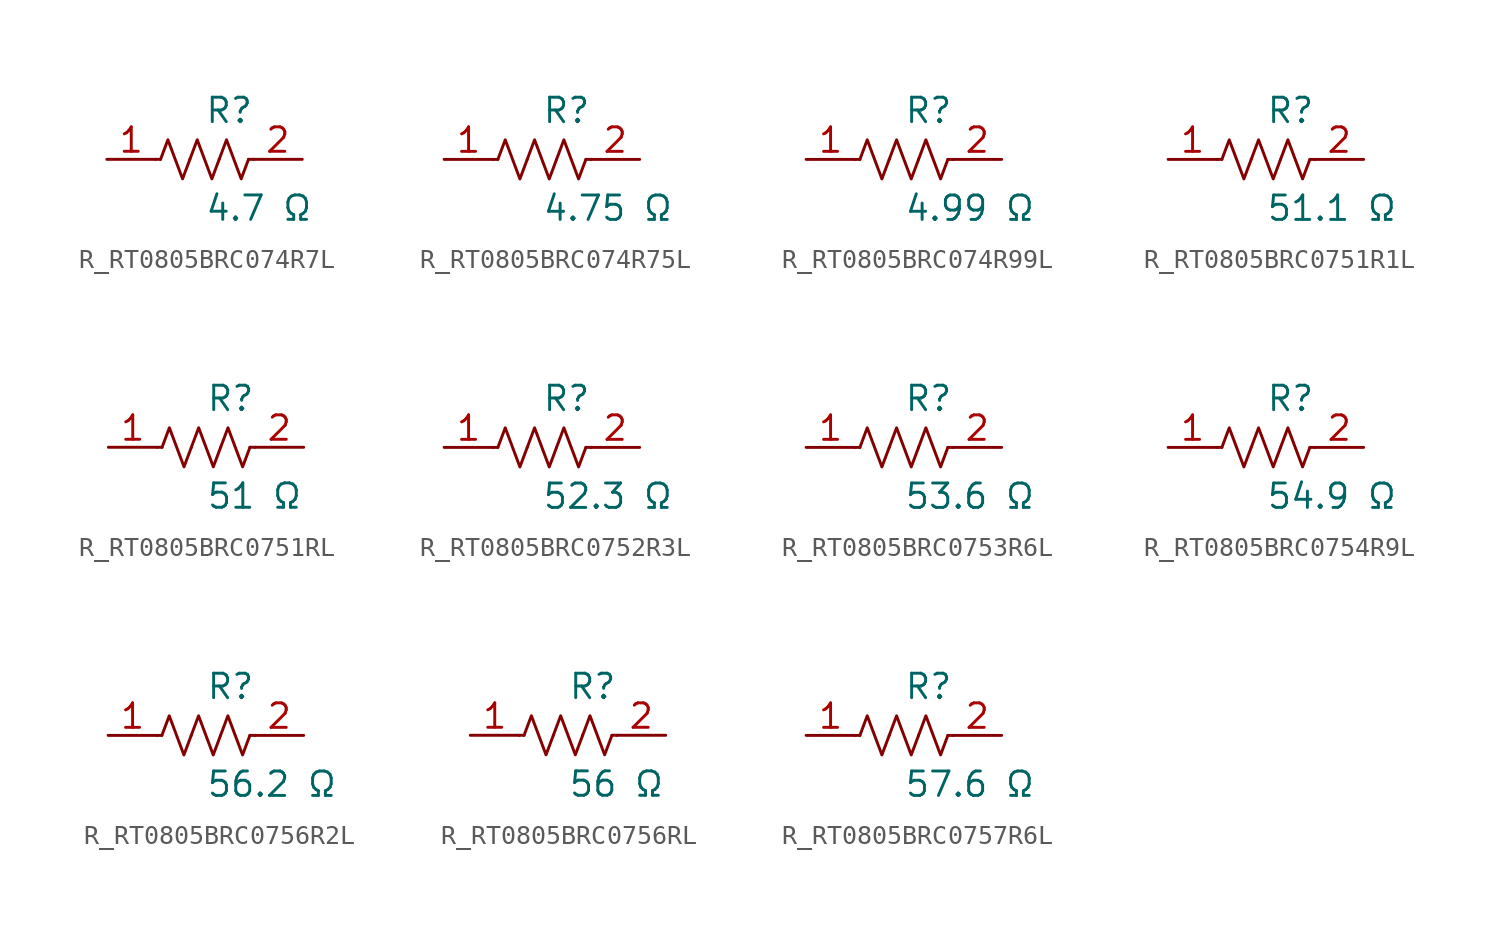
<source format=kicad_sym>
(kicad_symbol_lib
  (version 20231120)
  (generator kicad_symbol_editor)
  (generator_version 8.0)
  (symbol "R_RT0805BRC074R7L"
    (pin_names
      (offset 0.254))
    (property "Reference" "R"
      (at 0.0 2.54 0)
      (effects (font (size 1.27 1.27)) (justify left)))
    (property "Value" "4.7 Ω"
      (at 0.0 -2.54 0)
      (effects (font (size 1.27 1.27)) (justify left)))
    (symbol "R_RT0805BRC074R7L_0_1"
      (polyline (pts (xy 2.286 0) (xy 2.54 0)) (stroke (width 0) (type default)) (fill (type none)))
      (polyline (pts (xy -2.286 0) (xy -2.54 0)) (stroke (width 0) (type default)) (fill (type none)))
      (polyline (pts (xy 0.762 0) (xy 1.143 1.016) (xy 1.524 0) (xy 1.905 -1.016) (xy 2.286 0)) (stroke (width 0) (type default)) (fill (type none)))
      (polyline (pts (xy -0.762 0) (xy -0.381 1.016) (xy 0 0) (xy 0.381 -1.016) (xy 0.762 0)) (stroke (width 0) (type default)) (fill (type none)))
      (polyline (pts (xy -2.286 0) (xy -1.905 1.016) (xy -1.524 0) (xy -1.143 -1.016) (xy -0.762 0)) (stroke (width 0) (type default)) (fill (type none))))
    (pin unspecified line
      (at -5.08 0 0)
      (length 2.54)
      (name "" (effects (font (size 1.27 1.27))))
      (number "1" (effects (font (size 1.27 1.27)))))
    (pin unspecified line
      (at 5.08 0 180)
      (length 2.54)
      (name "" (effects (font (size 1.27 1.27))))
      (number "2" (effects (font (size 1.27 1.27))))))
  (symbol "R_RT0805BRC074R75L"
    (pin_names
      (offset 0.254))
    (property "Reference" "R"
      (at 0.0 2.54 0)
      (effects (font (size 1.27 1.27)) (justify left)))
    (property "Value" "4.75 Ω"
      (at 0.0 -2.54 0)
      (effects (font (size 1.27 1.27)) (justify left)))
    (symbol "R_RT0805BRC074R75L_0_1"
      (polyline (pts (xy 2.286 0) (xy 2.54 0)) (stroke (width 0) (type default)) (fill (type none)))
      (polyline (pts (xy -2.286 0) (xy -2.54 0)) (stroke (width 0) (type default)) (fill (type none)))
      (polyline (pts (xy 0.762 0) (xy 1.143 1.016) (xy 1.524 0) (xy 1.905 -1.016) (xy 2.286 0)) (stroke (width 0) (type default)) (fill (type none)))
      (polyline (pts (xy -0.762 0) (xy -0.381 1.016) (xy 0 0) (xy 0.381 -1.016) (xy 0.762 0)) (stroke (width 0) (type default)) (fill (type none)))
      (polyline (pts (xy -2.286 0) (xy -1.905 1.016) (xy -1.524 0) (xy -1.143 -1.016) (xy -0.762 0)) (stroke (width 0) (type default)) (fill (type none))))
    (pin unspecified line
      (at -5.08 0 0)
      (length 2.54)
      (name "" (effects (font (size 1.27 1.27))))
      (number "1" (effects (font (size 1.27 1.27)))))
    (pin unspecified line
      (at 5.08 0 180)
      (length 2.54)
      (name "" (effects (font (size 1.27 1.27))))
      (number "2" (effects (font (size 1.27 1.27))))))
  (symbol "R_RT0805BRC074R99L"
    (pin_names
      (offset 0.254))
    (property "Reference" "R"
      (at 0.0 2.54 0)
      (effects (font (size 1.27 1.27)) (justify left)))
    (property "Value" "4.99 Ω"
      (at 0.0 -2.54 0)
      (effects (font (size 1.27 1.27)) (justify left)))
    (symbol "R_RT0805BRC074R99L_0_1"
      (polyline (pts (xy 2.286 0) (xy 2.54 0)) (stroke (width 0) (type default)) (fill (type none)))
      (polyline (pts (xy -2.286 0) (xy -2.54 0)) (stroke (width 0) (type default)) (fill (type none)))
      (polyline (pts (xy 0.762 0) (xy 1.143 1.016) (xy 1.524 0) (xy 1.905 -1.016) (xy 2.286 0)) (stroke (width 0) (type default)) (fill (type none)))
      (polyline (pts (xy -0.762 0) (xy -0.381 1.016) (xy 0 0) (xy 0.381 -1.016) (xy 0.762 0)) (stroke (width 0) (type default)) (fill (type none)))
      (polyline (pts (xy -2.286 0) (xy -1.905 1.016) (xy -1.524 0) (xy -1.143 -1.016) (xy -0.762 0)) (stroke (width 0) (type default)) (fill (type none))))
    (pin unspecified line
      (at -5.08 0 0)
      (length 2.54)
      (name "" (effects (font (size 1.27 1.27))))
      (number "1" (effects (font (size 1.27 1.27)))))
    (pin unspecified line
      (at 5.08 0 180)
      (length 2.54)
      (name "" (effects (font (size 1.27 1.27))))
      (number "2" (effects (font (size 1.27 1.27))))))
  (symbol "R_RT0805BRC0751R1L"
    (pin_names
      (offset 0.254))
    (property "Reference" "R"
      (at 0.0 2.54 0)
      (effects (font (size 1.27 1.27)) (justify left)))
    (property "Value" "51.1 Ω"
      (at 0.0 -2.54 0)
      (effects (font (size 1.27 1.27)) (justify left)))
    (symbol "R_RT0805BRC0751R1L_0_1"
      (polyline (pts (xy 2.286 0) (xy 2.54 0)) (stroke (width 0) (type default)) (fill (type none)))
      (polyline (pts (xy -2.286 0) (xy -2.54 0)) (stroke (width 0) (type default)) (fill (type none)))
      (polyline (pts (xy 0.762 0) (xy 1.143 1.016) (xy 1.524 0) (xy 1.905 -1.016) (xy 2.286 0)) (stroke (width 0) (type default)) (fill (type none)))
      (polyline (pts (xy -0.762 0) (xy -0.381 1.016) (xy 0 0) (xy 0.381 -1.016) (xy 0.762 0)) (stroke (width 0) (type default)) (fill (type none)))
      (polyline (pts (xy -2.286 0) (xy -1.905 1.016) (xy -1.524 0) (xy -1.143 -1.016) (xy -0.762 0)) (stroke (width 0) (type default)) (fill (type none))))
    (pin unspecified line
      (at -5.08 0 0)
      (length 2.54)
      (name "" (effects (font (size 1.27 1.27))))
      (number "1" (effects (font (size 1.27 1.27)))))
    (pin unspecified line
      (at 5.08 0 180)
      (length 2.54)
      (name "" (effects (font (size 1.27 1.27))))
      (number "2" (effects (font (size 1.27 1.27))))))
  (symbol "R_RT0805BRC0751RL"
    (pin_names
      (offset 0.254))
    (property "Reference" "R"
      (at 0.0 2.54 0)
      (effects (font (size 1.27 1.27)) (justify left)))
    (property "Value" "51 Ω"
      (at 0.0 -2.54 0)
      (effects (font (size 1.27 1.27)) (justify left)))
    (symbol "R_RT0805BRC0751RL_0_1"
      (polyline (pts (xy 2.286 0) (xy 2.54 0)) (stroke (width 0) (type default)) (fill (type none)))
      (polyline (pts (xy -2.286 0) (xy -2.54 0)) (stroke (width 0) (type default)) (fill (type none)))
      (polyline (pts (xy 0.762 0) (xy 1.143 1.016) (xy 1.524 0) (xy 1.905 -1.016) (xy 2.286 0)) (stroke (width 0) (type default)) (fill (type none)))
      (polyline (pts (xy -0.762 0) (xy -0.381 1.016) (xy 0 0) (xy 0.381 -1.016) (xy 0.762 0)) (stroke (width 0) (type default)) (fill (type none)))
      (polyline (pts (xy -2.286 0) (xy -1.905 1.016) (xy -1.524 0) (xy -1.143 -1.016) (xy -0.762 0)) (stroke (width 0) (type default)) (fill (type none))))
    (pin unspecified line
      (at -5.08 0 0)
      (length 2.54)
      (name "" (effects (font (size 1.27 1.27))))
      (number "1" (effects (font (size 1.27 1.27)))))
    (pin unspecified line
      (at 5.08 0 180)
      (length 2.54)
      (name "" (effects (font (size 1.27 1.27))))
      (number "2" (effects (font (size 1.27 1.27))))))
  (symbol "R_RT0805BRC0752R3L"
    (pin_names
      (offset 0.254))
    (property "Reference" "R"
      (at 0.0 2.54 0)
      (effects (font (size 1.27 1.27)) (justify left)))
    (property "Value" "52.3 Ω"
      (at 0.0 -2.54 0)
      (effects (font (size 1.27 1.27)) (justify left)))
    (symbol "R_RT0805BRC0752R3L_0_1"
      (polyline (pts (xy 2.286 0) (xy 2.54 0)) (stroke (width 0) (type default)) (fill (type none)))
      (polyline (pts (xy -2.286 0) (xy -2.54 0)) (stroke (width 0) (type default)) (fill (type none)))
      (polyline (pts (xy 0.762 0) (xy 1.143 1.016) (xy 1.524 0) (xy 1.905 -1.016) (xy 2.286 0)) (stroke (width 0) (type default)) (fill (type none)))
      (polyline (pts (xy -0.762 0) (xy -0.381 1.016) (xy 0 0) (xy 0.381 -1.016) (xy 0.762 0)) (stroke (width 0) (type default)) (fill (type none)))
      (polyline (pts (xy -2.286 0) (xy -1.905 1.016) (xy -1.524 0) (xy -1.143 -1.016) (xy -0.762 0)) (stroke (width 0) (type default)) (fill (type none))))
    (pin unspecified line
      (at -5.08 0 0)
      (length 2.54)
      (name "" (effects (font (size 1.27 1.27))))
      (number "1" (effects (font (size 1.27 1.27)))))
    (pin unspecified line
      (at 5.08 0 180)
      (length 2.54)
      (name "" (effects (font (size 1.27 1.27))))
      (number "2" (effects (font (size 1.27 1.27))))))
  (symbol "R_RT0805BRC0753R6L"
    (pin_names
      (offset 0.254))
    (property "Reference" "R"
      (at 0.0 2.54 0)
      (effects (font (size 1.27 1.27)) (justify left)))
    (property "Value" "53.6 Ω"
      (at 0.0 -2.54 0)
      (effects (font (size 1.27 1.27)) (justify left)))
    (symbol "R_RT0805BRC0753R6L_0_1"
      (polyline (pts (xy 2.286 0) (xy 2.54 0)) (stroke (width 0) (type default)) (fill (type none)))
      (polyline (pts (xy -2.286 0) (xy -2.54 0)) (stroke (width 0) (type default)) (fill (type none)))
      (polyline (pts (xy 0.762 0) (xy 1.143 1.016) (xy 1.524 0) (xy 1.905 -1.016) (xy 2.286 0)) (stroke (width 0) (type default)) (fill (type none)))
      (polyline (pts (xy -0.762 0) (xy -0.381 1.016) (xy 0 0) (xy 0.381 -1.016) (xy 0.762 0)) (stroke (width 0) (type default)) (fill (type none)))
      (polyline (pts (xy -2.286 0) (xy -1.905 1.016) (xy -1.524 0) (xy -1.143 -1.016) (xy -0.762 0)) (stroke (width 0) (type default)) (fill (type none))))
    (pin unspecified line
      (at -5.08 0 0)
      (length 2.54)
      (name "" (effects (font (size 1.27 1.27))))
      (number "1" (effects (font (size 1.27 1.27)))))
    (pin unspecified line
      (at 5.08 0 180)
      (length 2.54)
      (name "" (effects (font (size 1.27 1.27))))
      (number "2" (effects (font (size 1.27 1.27))))))
  (symbol "R_RT0805BRC0754R9L"
    (pin_names
      (offset 0.254))
    (property "Reference" "R"
      (at 0.0 2.54 0)
      (effects (font (size 1.27 1.27)) (justify left)))
    (property "Value" "54.9 Ω"
      (at 0.0 -2.54 0)
      (effects (font (size 1.27 1.27)) (justify left)))
    (symbol "R_RT0805BRC0754R9L_0_1"
      (polyline (pts (xy 2.286 0) (xy 2.54 0)) (stroke (width 0) (type default)) (fill (type none)))
      (polyline (pts (xy -2.286 0) (xy -2.54 0)) (stroke (width 0) (type default)) (fill (type none)))
      (polyline (pts (xy 0.762 0) (xy 1.143 1.016) (xy 1.524 0) (xy 1.905 -1.016) (xy 2.286 0)) (stroke (width 0) (type default)) (fill (type none)))
      (polyline (pts (xy -0.762 0) (xy -0.381 1.016) (xy 0 0) (xy 0.381 -1.016) (xy 0.762 0)) (stroke (width 0) (type default)) (fill (type none)))
      (polyline (pts (xy -2.286 0) (xy -1.905 1.016) (xy -1.524 0) (xy -1.143 -1.016) (xy -0.762 0)) (stroke (width 0) (type default)) (fill (type none))))
    (pin unspecified line
      (at -5.08 0 0)
      (length 2.54)
      (name "" (effects (font (size 1.27 1.27))))
      (number "1" (effects (font (size 1.27 1.27)))))
    (pin unspecified line
      (at 5.08 0 180)
      (length 2.54)
      (name "" (effects (font (size 1.27 1.27))))
      (number "2" (effects (font (size 1.27 1.27))))))
  (symbol "R_RT0805BRC0756R2L"
    (pin_names
      (offset 0.254))
    (property "Reference" "R"
      (at 0.0 2.54 0)
      (effects (font (size 1.27 1.27)) (justify left)))
    (property "Value" "56.2 Ω"
      (at 0.0 -2.54 0)
      (effects (font (size 1.27 1.27)) (justify left)))
    (symbol "R_RT0805BRC0756R2L_0_1"
      (polyline (pts (xy 2.286 0) (xy 2.54 0)) (stroke (width 0) (type default)) (fill (type none)))
      (polyline (pts (xy -2.286 0) (xy -2.54 0)) (stroke (width 0) (type default)) (fill (type none)))
      (polyline (pts (xy 0.762 0) (xy 1.143 1.016) (xy 1.524 0) (xy 1.905 -1.016) (xy 2.286 0)) (stroke (width 0) (type default)) (fill (type none)))
      (polyline (pts (xy -0.762 0) (xy -0.381 1.016) (xy 0 0) (xy 0.381 -1.016) (xy 0.762 0)) (stroke (width 0) (type default)) (fill (type none)))
      (polyline (pts (xy -2.286 0) (xy -1.905 1.016) (xy -1.524 0) (xy -1.143 -1.016) (xy -0.762 0)) (stroke (width 0) (type default)) (fill (type none))))
    (pin unspecified line
      (at -5.08 0 0)
      (length 2.54)
      (name "" (effects (font (size 1.27 1.27))))
      (number "1" (effects (font (size 1.27 1.27)))))
    (pin unspecified line
      (at 5.08 0 180)
      (length 2.54)
      (name "" (effects (font (size 1.27 1.27))))
      (number "2" (effects (font (size 1.27 1.27))))))
  (symbol "R_RT0805BRC0756RL"
    (pin_names
      (offset 0.254))
    (property "Reference" "R"
      (at 0.0 2.54 0)
      (effects (font (size 1.27 1.27)) (justify left)))
    (property "Value" "56 Ω"
      (at 0.0 -2.54 0)
      (effects (font (size 1.27 1.27)) (justify left)))
    (symbol "R_RT0805BRC0756RL_0_1"
      (polyline (pts (xy 2.286 0) (xy 2.54 0)) (stroke (width 0) (type default)) (fill (type none)))
      (polyline (pts (xy -2.286 0) (xy -2.54 0)) (stroke (width 0) (type default)) (fill (type none)))
      (polyline (pts (xy 0.762 0) (xy 1.143 1.016) (xy 1.524 0) (xy 1.905 -1.016) (xy 2.286 0)) (stroke (width 0) (type default)) (fill (type none)))
      (polyline (pts (xy -0.762 0) (xy -0.381 1.016) (xy 0 0) (xy 0.381 -1.016) (xy 0.762 0)) (stroke (width 0) (type default)) (fill (type none)))
      (polyline (pts (xy -2.286 0) (xy -1.905 1.016) (xy -1.524 0) (xy -1.143 -1.016) (xy -0.762 0)) (stroke (width 0) (type default)) (fill (type none))))
    (pin unspecified line
      (at -5.08 0 0)
      (length 2.54)
      (name "" (effects (font (size 1.27 1.27))))
      (number "1" (effects (font (size 1.27 1.27)))))
    (pin unspecified line
      (at 5.08 0 180)
      (length 2.54)
      (name "" (effects (font (size 1.27 1.27))))
      (number "2" (effects (font (size 1.27 1.27))))))
  (symbol "R_RT0805BRC0757R6L"
    (pin_names
      (offset 0.254))
    (property "Reference" "R"
      (at 0.0 2.54 0)
      (effects (font (size 1.27 1.27)) (justify left)))
    (property "Value" "57.6 Ω"
      (at 0.0 -2.54 0)
      (effects (font (size 1.27 1.27)) (justify left)))
    (symbol "R_RT0805BRC0757R6L_0_1"
      (polyline (pts (xy 2.286 0) (xy 2.54 0)) (stroke (width 0) (type default)) (fill (type none)))
      (polyline (pts (xy -2.286 0) (xy -2.54 0)) (stroke (width 0) (type default)) (fill (type none)))
      (polyline (pts (xy 0.762 0) (xy 1.143 1.016) (xy 1.524 0) (xy 1.905 -1.016) (xy 2.286 0)) (stroke (width 0) (type default)) (fill (type none)))
      (polyline (pts (xy -0.762 0) (xy -0.381 1.016) (xy 0 0) (xy 0.381 -1.016) (xy 0.762 0)) (stroke (width 0) (type default)) (fill (type none)))
      (polyline (pts (xy -2.286 0) (xy -1.905 1.016) (xy -1.524 0) (xy -1.143 -1.016) (xy -0.762 0)) (stroke (width 0) (type default)) (fill (type none))))
    (pin unspecified line
      (at -5.08 0 0)
      (length 2.54)
      (name "" (effects (font (size 1.27 1.27))))
      (number "1" (effects (font (size 1.27 1.27)))))
    (pin unspecified line
      (at 5.08 0 180)
      (length 2.54)
      (name "" (effects (font (size 1.27 1.27))))
      (number "2" (effects (font (size 1.27 1.27)))))))
</source>
